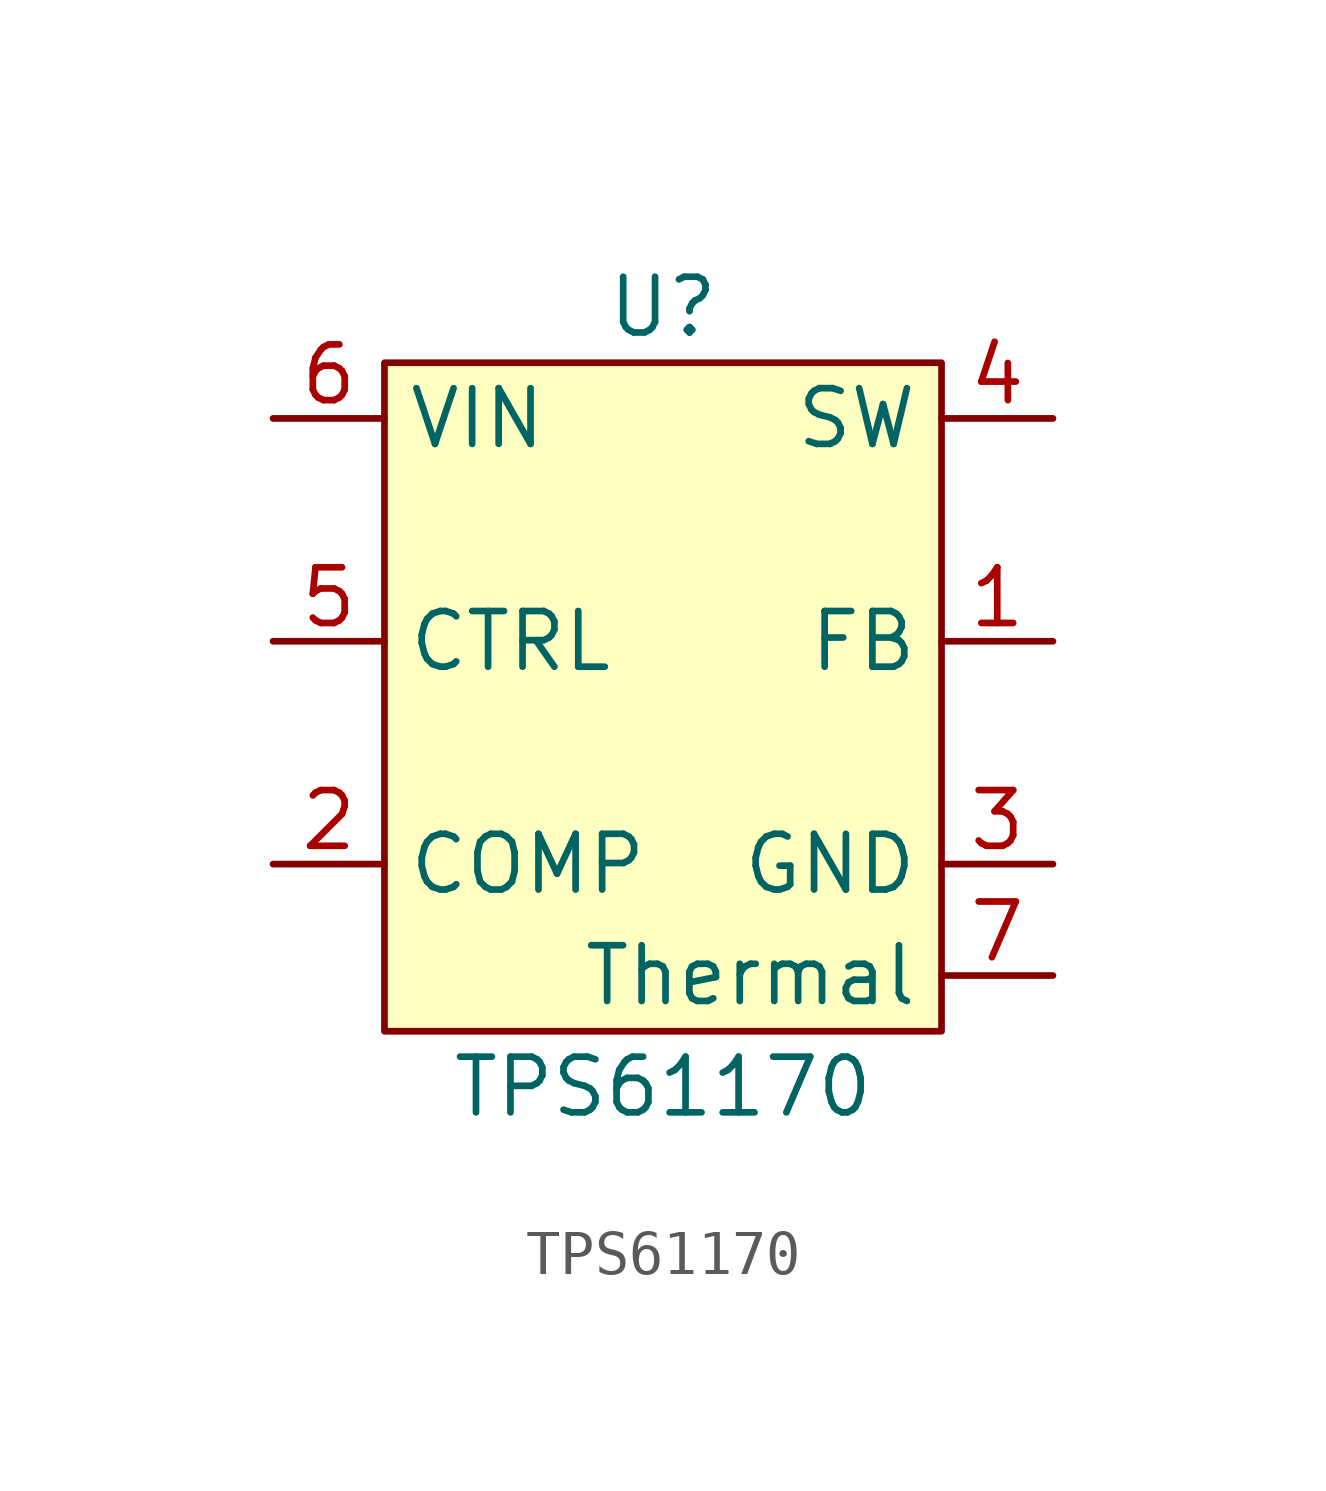
<source format=kicad_sym>
(kicad_symbol_lib
  (version 20220914)
  (generator kicad_symbol_editor)
  (symbol "TPS61170"
    (property "Reference" "U"
      (at 0 7.62 0)
      (effects (font (size 1.27 1.27))))
    (property "Value" "TPS61170"
      (at 0 -10.16 0)
      (effects (font (size 1.27 1.27))))
    (symbol "TPS61170_0_0"
      (pin input line (at 8.89 0 180) (length 2.54) (name "FB" (effects (font (size 1.27 1.27)))) (number "1" (effects (font (size 1.27 1.27)))))
      (pin power_out line (at -8.89 -5.08 0) (length 2.54) (name "COMP" (effects (font (size 1.27 1.27)))) (number "2" (effects (font (size 1.27 1.27)))))
      (pin power_in line (at 8.89 -5.08 180) (length 2.54) (name "GND" (effects (font (size 1.27 1.27)))) (number "3" (effects (font (size 1.27 1.27)))))
      (pin power_in line (at 8.89 5.08 180) (length 2.54) (name "SW" (effects (font (size 1.27 1.27)))) (number "4" (effects (font (size 1.27 1.27)))))
      (pin input line (at -8.89 0 0) (length 2.54) (name "CTRL" (effects (font (size 1.27 1.27)))) (number "5" (effects (font (size 1.27 1.27)))))
      (pin power_in line (at -8.89 5.08 0) (length 2.54) (name "VIN" (effects (font (size 1.27 1.27)))) (number "6" (effects (font (size 1.27 1.27)))))
      (pin unspecified line (at 8.89 -7.62 180) (length 2.54) (name "Thermal" (effects (font (size 1.27 1.27)))) (number "7" (effects (font (size 1.27 1.27))))))
    (symbol "TPS61170_1_1"
      (rectangle (start -6.35 6.35) (end 6.35 -8.89) (stroke (width 0) (type default)) (fill (type background))))))
</source>
